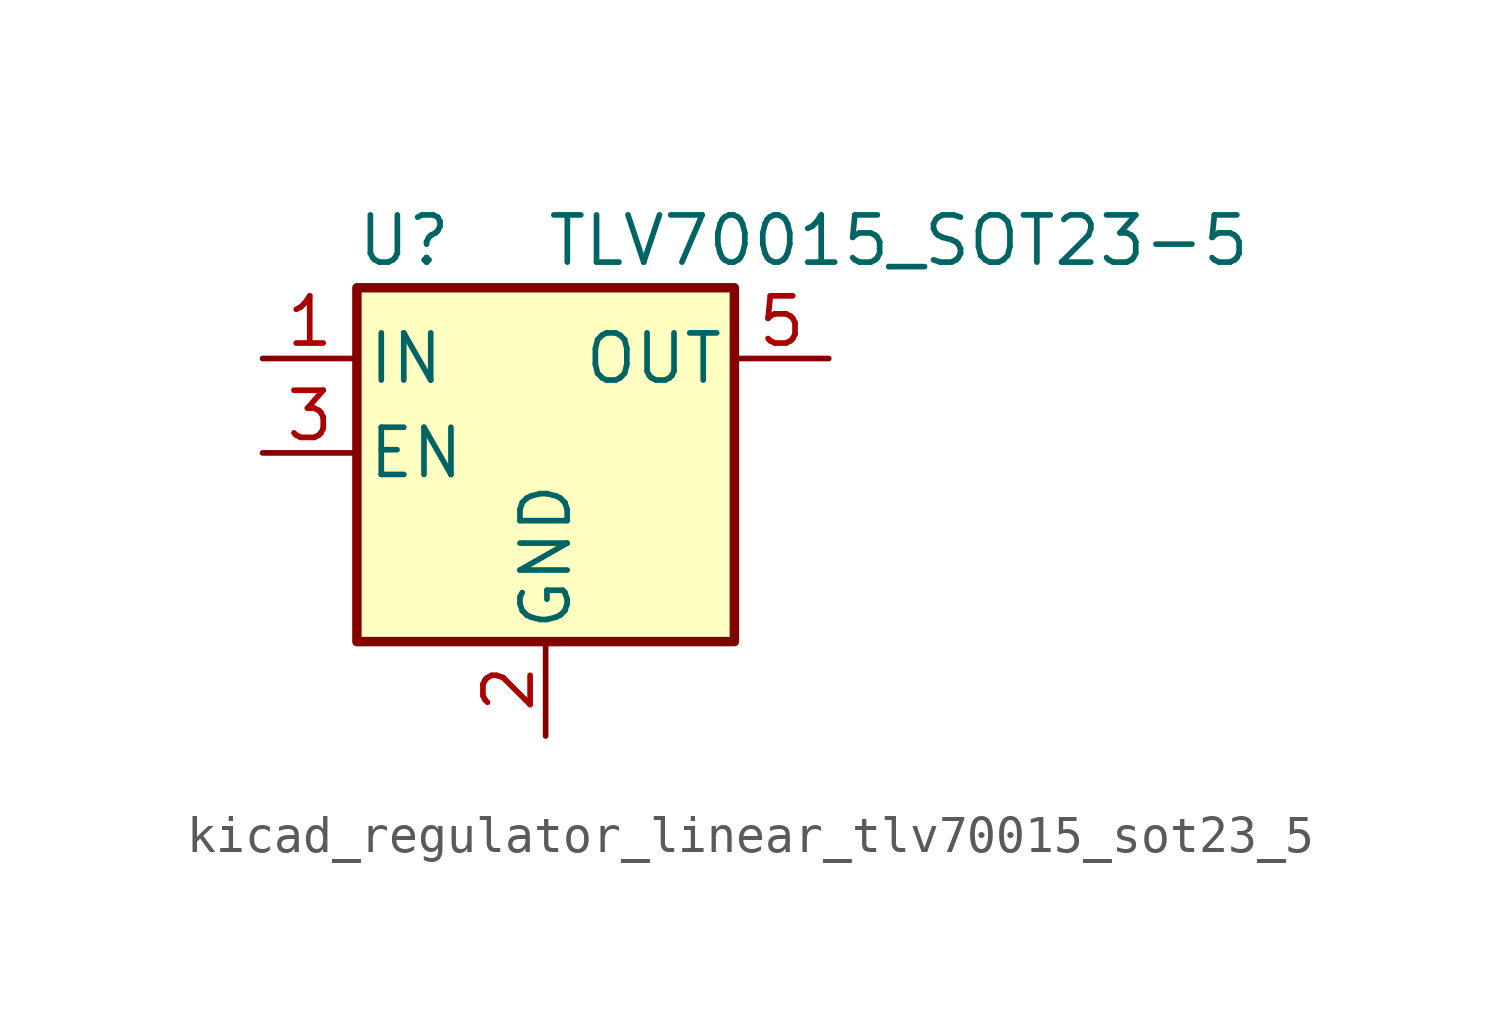
<source format=kicad_sym>
(kicad_symbol_lib
  (version 20220914)
  (generator kicad_symbol_editor)
  (symbol "kicad_regulator_linear_tlv70015_sot23_5"
    (pin_names
      (offset 0.254))
    (property "Reference" "U"
      (at -3.81 5.715 0)
      (effects (font (size 1.27 1.27))))
    (property "Value" "TLV70015_SOT23-5"
      (at 0 5.715 0)
      (effects (font (size 1.27 1.27)) (justify left)))
    (symbol "kicad_regulator_linear_tlv70015_sot23_5_0_1"
      (rectangle (start -5.08 4.445) (end 5.08 -5.08) (stroke (width 0.254) (type default)) (fill (type background))))
    (symbol "kicad_regulator_linear_tlv70015_sot23_5_1_1"
      (pin power_in line (at -7.62 2.54 0) (length 2.54) (name "IN" (effects (font (size 1.27 1.27)))) (number "1" (effects (font (size 1.27 1.27)))))
      (pin power_in line (at 0 -7.62 90) (length 2.54) (name "GND" (effects (font (size 1.27 1.27)))) (number "2" (effects (font (size 1.27 1.27)))))
      (pin input line (at -7.62 0 0) (length 2.54) (name "EN" (effects (font (size 1.27 1.27)))) (number "3" (effects (font (size 1.27 1.27)))))
      (pin no_connect line (at 5.08 0 180) (length 2.54) hide (name "NC" (effects (font (size 1.27 1.27)))) (number "4" (effects (font (size 1.27 1.27)))))
      (pin power_out line (at 7.62 2.54 180) (length 2.54) (name "OUT" (effects (font (size 1.27 1.27)))) (number "5" (effects (font (size 1.27 1.27))))))))
</source>
